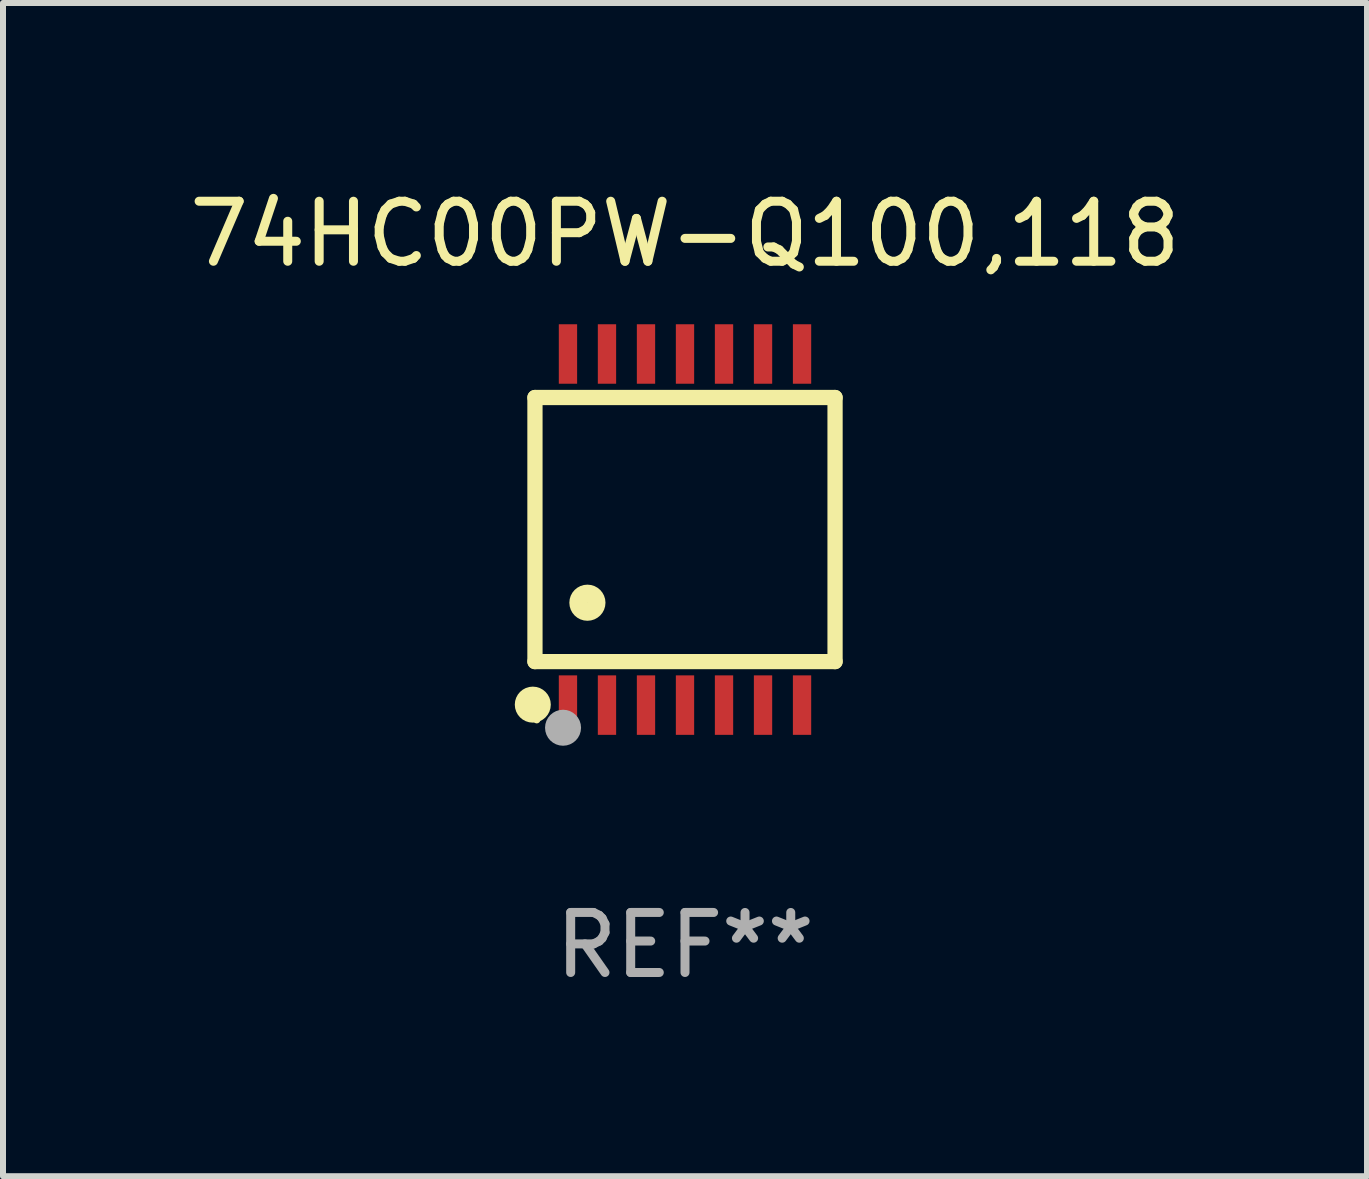
<source format=kicad_pcb>
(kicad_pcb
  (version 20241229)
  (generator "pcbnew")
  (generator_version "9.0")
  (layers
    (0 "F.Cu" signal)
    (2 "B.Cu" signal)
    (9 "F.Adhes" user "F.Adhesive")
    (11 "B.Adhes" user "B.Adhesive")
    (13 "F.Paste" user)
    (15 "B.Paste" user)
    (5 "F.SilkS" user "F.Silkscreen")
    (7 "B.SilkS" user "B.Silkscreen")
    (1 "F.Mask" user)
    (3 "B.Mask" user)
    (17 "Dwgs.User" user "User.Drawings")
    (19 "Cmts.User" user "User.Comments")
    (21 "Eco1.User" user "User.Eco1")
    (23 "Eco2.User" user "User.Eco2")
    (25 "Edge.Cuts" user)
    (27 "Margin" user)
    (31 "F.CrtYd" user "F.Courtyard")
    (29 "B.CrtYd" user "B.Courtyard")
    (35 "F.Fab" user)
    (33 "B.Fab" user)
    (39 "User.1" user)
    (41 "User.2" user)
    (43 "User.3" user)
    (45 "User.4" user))
  (footprint "74HC00PW-Q100,118"
    (layer "F.Cu")
    (at 8.363 5.773)
    (property "Reference" "74HC00PW-Q100,118" (at 0 -4.925 0) (layer "F.SilkS") (effects (font (size 1 1) (thickness 0.15))))
    (attr through_hole)
    (fp_line (start -2.5 2.2) (end -2.5 -2.2) (stroke (width 0.254) (type solid)) (layer "F.SilkS"))
    (fp_line (start -2.5 2.2) (end 2.5 2.2) (stroke (width 0.254) (type solid)) (layer "F.SilkS"))
    (fp_line (start 2.5 -2.2) (end -2.5 -2.2) (stroke (width 0.254) (type solid)) (layer "F.SilkS"))
    (fp_line (start 2.5 -2.2) (end 2.5 2.2) (stroke (width 0.254) (type solid)) (layer "F.SilkS"))
    (fp_circle (center -2.536 2.917) (end -2.386 2.917) (stroke (width 0.3) (type solid)) (fill no) (layer "F.SilkS"))
    (fp_circle (center -2.47 3.17) (end -2.44 3.17) (stroke (width 0.06) (type solid)) (fill no) (layer "F.SilkS"))
    (fp_circle (center -1.626 1.219) (end -1.475 1.219) (stroke (width 0.3) (type solid)) (fill no) (layer "F.SilkS"))
    (fp_circle (center -2.032 3.302) (end -1.882 3.302) (stroke (width 0.3) (type solid)) (fill no) (layer "F.Fab"))
    (fp_text user "REF**" (at 0 6.925 0) (layer "F.Fab") (effects (font (size 1 1) (thickness 0.15))))
    (pad "1" smd rect (at -1.95 2.925) (size 0.305 0.991) (layers "F.Cu" "F.Mask" "F.Paste"))
    (pad "2" smd rect (at -1.3 2.925) (size 0.305 0.991) (layers "F.Cu" "F.Mask" "F.Paste"))
    (pad "3" smd rect (at -0.65 2.925) (size 0.305 0.991) (layers "F.Cu" "F.Mask" "F.Paste"))
    (pad "4" smd rect (at 0 2.925) (size 0.305 0.991) (layers "F.Cu" "F.Mask" "F.Paste"))
    (pad "5" smd rect (at 0.65 2.925) (size 0.305 0.991) (layers "F.Cu" "F.Mask" "F.Paste"))
    (pad "6" smd rect (at 1.3 2.925) (size 0.305 0.991) (layers "F.Cu" "F.Mask" "F.Paste"))
    (pad "7" smd rect (at 1.95 2.925) (size 0.305 0.991) (layers "F.Cu" "F.Mask" "F.Paste"))
    (pad "8" smd rect (at 1.95 -2.925) (size 0.305 0.991) (layers "F.Cu" "F.Mask" "F.Paste"))
    (pad "9" smd rect (at 1.3 -2.925) (size 0.305 0.991) (layers "F.Cu" "F.Mask" "F.Paste"))
    (pad "10" smd rect (at 0.65 -2.925) (size 0.305 0.991) (layers "F.Cu" "F.Mask" "F.Paste"))
    (pad "11" smd rect (at 0 -2.925) (size 0.305 0.991) (layers "F.Cu" "F.Mask" "F.Paste"))
    (pad "12" smd rect (at -0.65 -2.925) (size 0.305 0.991) (layers "F.Cu" "F.Mask" "F.Paste"))
    (pad "13" smd rect (at -1.3 -2.925) (size 0.305 0.991) (layers "F.Cu" "F.Mask" "F.Paste"))
    (pad "14" smd rect (at -1.95 -2.925) (size 0.305 0.991) (layers "F.Cu" "F.Mask" "F.Paste")))
  (gr_rect
    (start -3 -3)
    (end 19.726 16.547)
    (stroke (width 0.1) (type default))
    (fill no)
    (layer "Edge.Cuts")))
</source>
